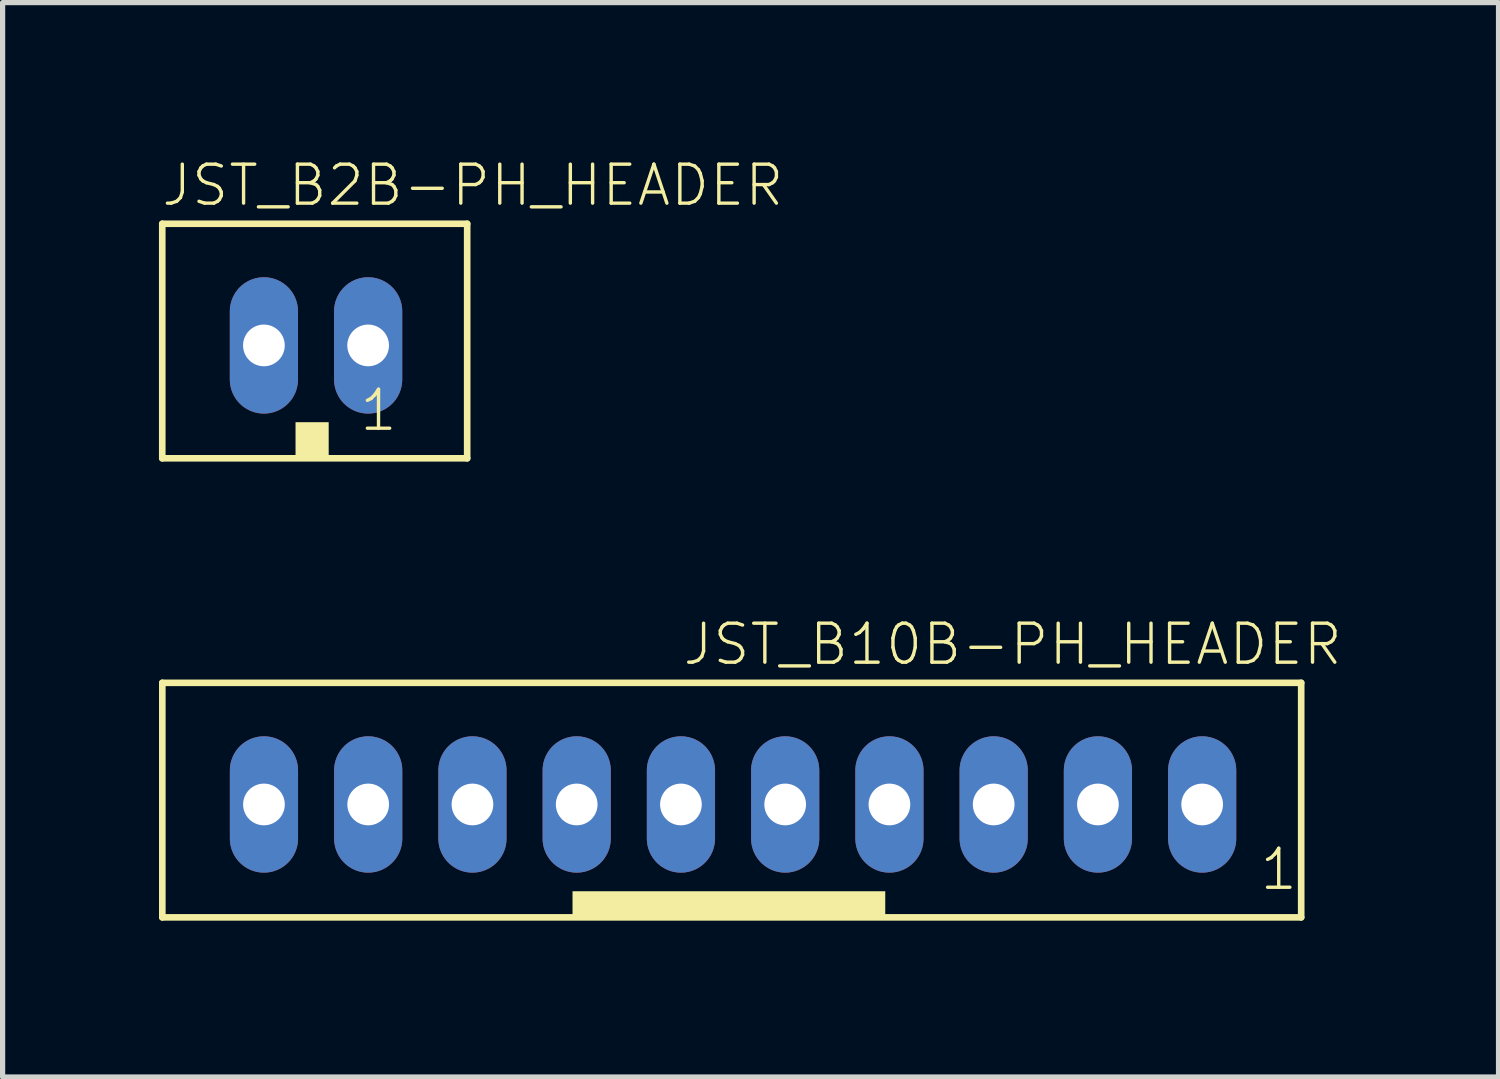
<source format=kicad_pcb>
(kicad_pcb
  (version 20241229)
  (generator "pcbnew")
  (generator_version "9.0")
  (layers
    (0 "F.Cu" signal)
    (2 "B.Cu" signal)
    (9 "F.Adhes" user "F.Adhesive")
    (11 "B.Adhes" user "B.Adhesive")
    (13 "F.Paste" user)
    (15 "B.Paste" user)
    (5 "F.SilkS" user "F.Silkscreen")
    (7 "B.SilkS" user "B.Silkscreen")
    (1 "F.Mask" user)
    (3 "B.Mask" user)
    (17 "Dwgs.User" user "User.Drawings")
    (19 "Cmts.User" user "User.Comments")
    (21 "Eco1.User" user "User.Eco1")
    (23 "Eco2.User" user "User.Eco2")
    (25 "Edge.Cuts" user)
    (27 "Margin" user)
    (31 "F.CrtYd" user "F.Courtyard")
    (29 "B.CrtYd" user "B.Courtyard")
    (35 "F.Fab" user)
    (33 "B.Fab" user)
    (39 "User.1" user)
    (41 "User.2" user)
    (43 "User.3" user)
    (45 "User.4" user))
  (footprint "JST_B2B-PH_HEADER"
    (layer "F.Cu")
    (at 2.938 3.625)
    (property "Reference" "JST_B2B-PH_HEADER" (at -2.925 -2.683 0) (layer "F.SilkS") (effects (font (size 0.748 0.748) (thickness 0.065)) (justify left bottom)))
    (fp_line (start -2.875 -2.382) (end 2.975 -2.382) (stroke (width 0.127) (type solid)) (layer "F.SilkS"))
    (fp_line (start -2.875 2.118) (end -2.875 -2.382) (stroke (width 0.127) (type solid)) (layer "F.SilkS"))
    (fp_line (start 2.975 -2.382) (end 2.975 2.118) (stroke (width 0.127) (type solid)) (layer "F.SilkS"))
    (fp_line (start 2.975 2.118) (end -2.875 2.118) (stroke (width 0.127) (type solid)) (layer "F.SilkS"))
    (fp_poly (pts (xy -0.318 2.06) (xy 0.318 2.06) (xy 0.318 1.425) (xy -0.318 1.425)) (stroke (width 0) (type solid)) (fill yes) (layer "F.SilkS"))
    (fp_text user "1" (at 0.875 1.635 0) (layer "F.SilkS") (effects (font (size 0.748 0.748) (thickness 0.065)) (justify left bottom)))
    (pad "P1" thru_hole oval (at 1.075 -0.048 90) (size 2.616 1.308) (drill 0.8) (layers "*.Cu" "*.Mask"))
    (pad "P2" thru_hole oval (at -0.925 -0.048 90) (size 2.616 1.308) (drill 0.8) (layers "*.Cu" "*.Mask")))
  (footprint "JST_B10B-PH_HEADER"
    (layer "F.Cu")
    (at 16.014 12.432)
    (property "Reference" "JST_B10B-PH_HEADER" (at -6 -2.683 0) (layer "F.SilkS") (effects (font (size 0.748 0.748) (thickness 0.065)) (justify left bottom)))
    (fp_line (start -15.95 -2.382) (end 5.9 -2.382) (stroke (width 0.127) (type solid)) (layer "F.SilkS"))
    (fp_line (start -15.95 2.118) (end -15.95 -2.382) (stroke (width 0.127) (type solid)) (layer "F.SilkS"))
    (fp_line (start 5.9 -2.382) (end 5.9 2.118) (stroke (width 0.127) (type solid)) (layer "F.SilkS"))
    (fp_line (start 5.9 2.118) (end -15.95 2.118) (stroke (width 0.127) (type solid)) (layer "F.SilkS"))
    (fp_poly (pts (xy -8.08 2.118) (xy -2.08 2.118) (xy -2.08 1.617) (xy -8.08 1.617)) (stroke (width 0) (type solid)) (fill yes) (layer "F.SilkS"))
    (fp_text user "1" (at 5.07 1.635 0) (layer "F.SilkS") (effects (font (size 0.748 0.748) (thickness 0.065)) (justify left bottom)))
    (pad "P1" thru_hole oval (at 4 -0.048 90) (size 2.616 1.308) (drill 0.8) (layers "*.Cu" "*.Mask"))
    (pad "P2" thru_hole oval (at 2 -0.048 90) (size 2.616 1.308) (drill 0.8) (layers "*.Cu" "*.Mask"))
    (pad "P3" thru_hole oval (at 0 -0.048 90) (size 2.616 1.308) (drill 0.8) (layers "*.Cu" "*.Mask"))
    (pad "P4" thru_hole oval (at -2 -0.048 90) (size 2.616 1.308) (drill 0.8) (layers "*.Cu" "*.Mask"))
    (pad "P5" thru_hole oval (at -4 -0.048 90) (size 2.616 1.308) (drill 0.8) (layers "*.Cu" "*.Mask"))
    (pad "P6" thru_hole oval (at -6 -0.048 90) (size 2.616 1.308) (drill 0.8) (layers "*.Cu" "*.Mask"))
    (pad "P7" thru_hole oval (at -8 -0.048 90) (size 2.616 1.308) (drill 0.8) (layers "*.Cu" "*.Mask"))
    (pad "P8" thru_hole oval (at -10 -0.048 90) (size 2.616 1.308) (drill 0.8) (layers "*.Cu" "*.Mask"))
    (pad "P9" thru_hole oval (at -12 -0.048 90) (size 2.616 1.308) (drill 0.8) (layers "*.Cu" "*.Mask"))
    (pad "P10" thru_hole oval (at -14 -0.048 90) (size 2.616 1.308) (drill 0.8) (layers "*.Cu" "*.Mask")))
  (gr_rect
    (start -3 -3)
    (end 25.7 17.613)
    (stroke (width 0.1) (type default))
    (fill no)
    (layer "Edge.Cuts")))
</source>
